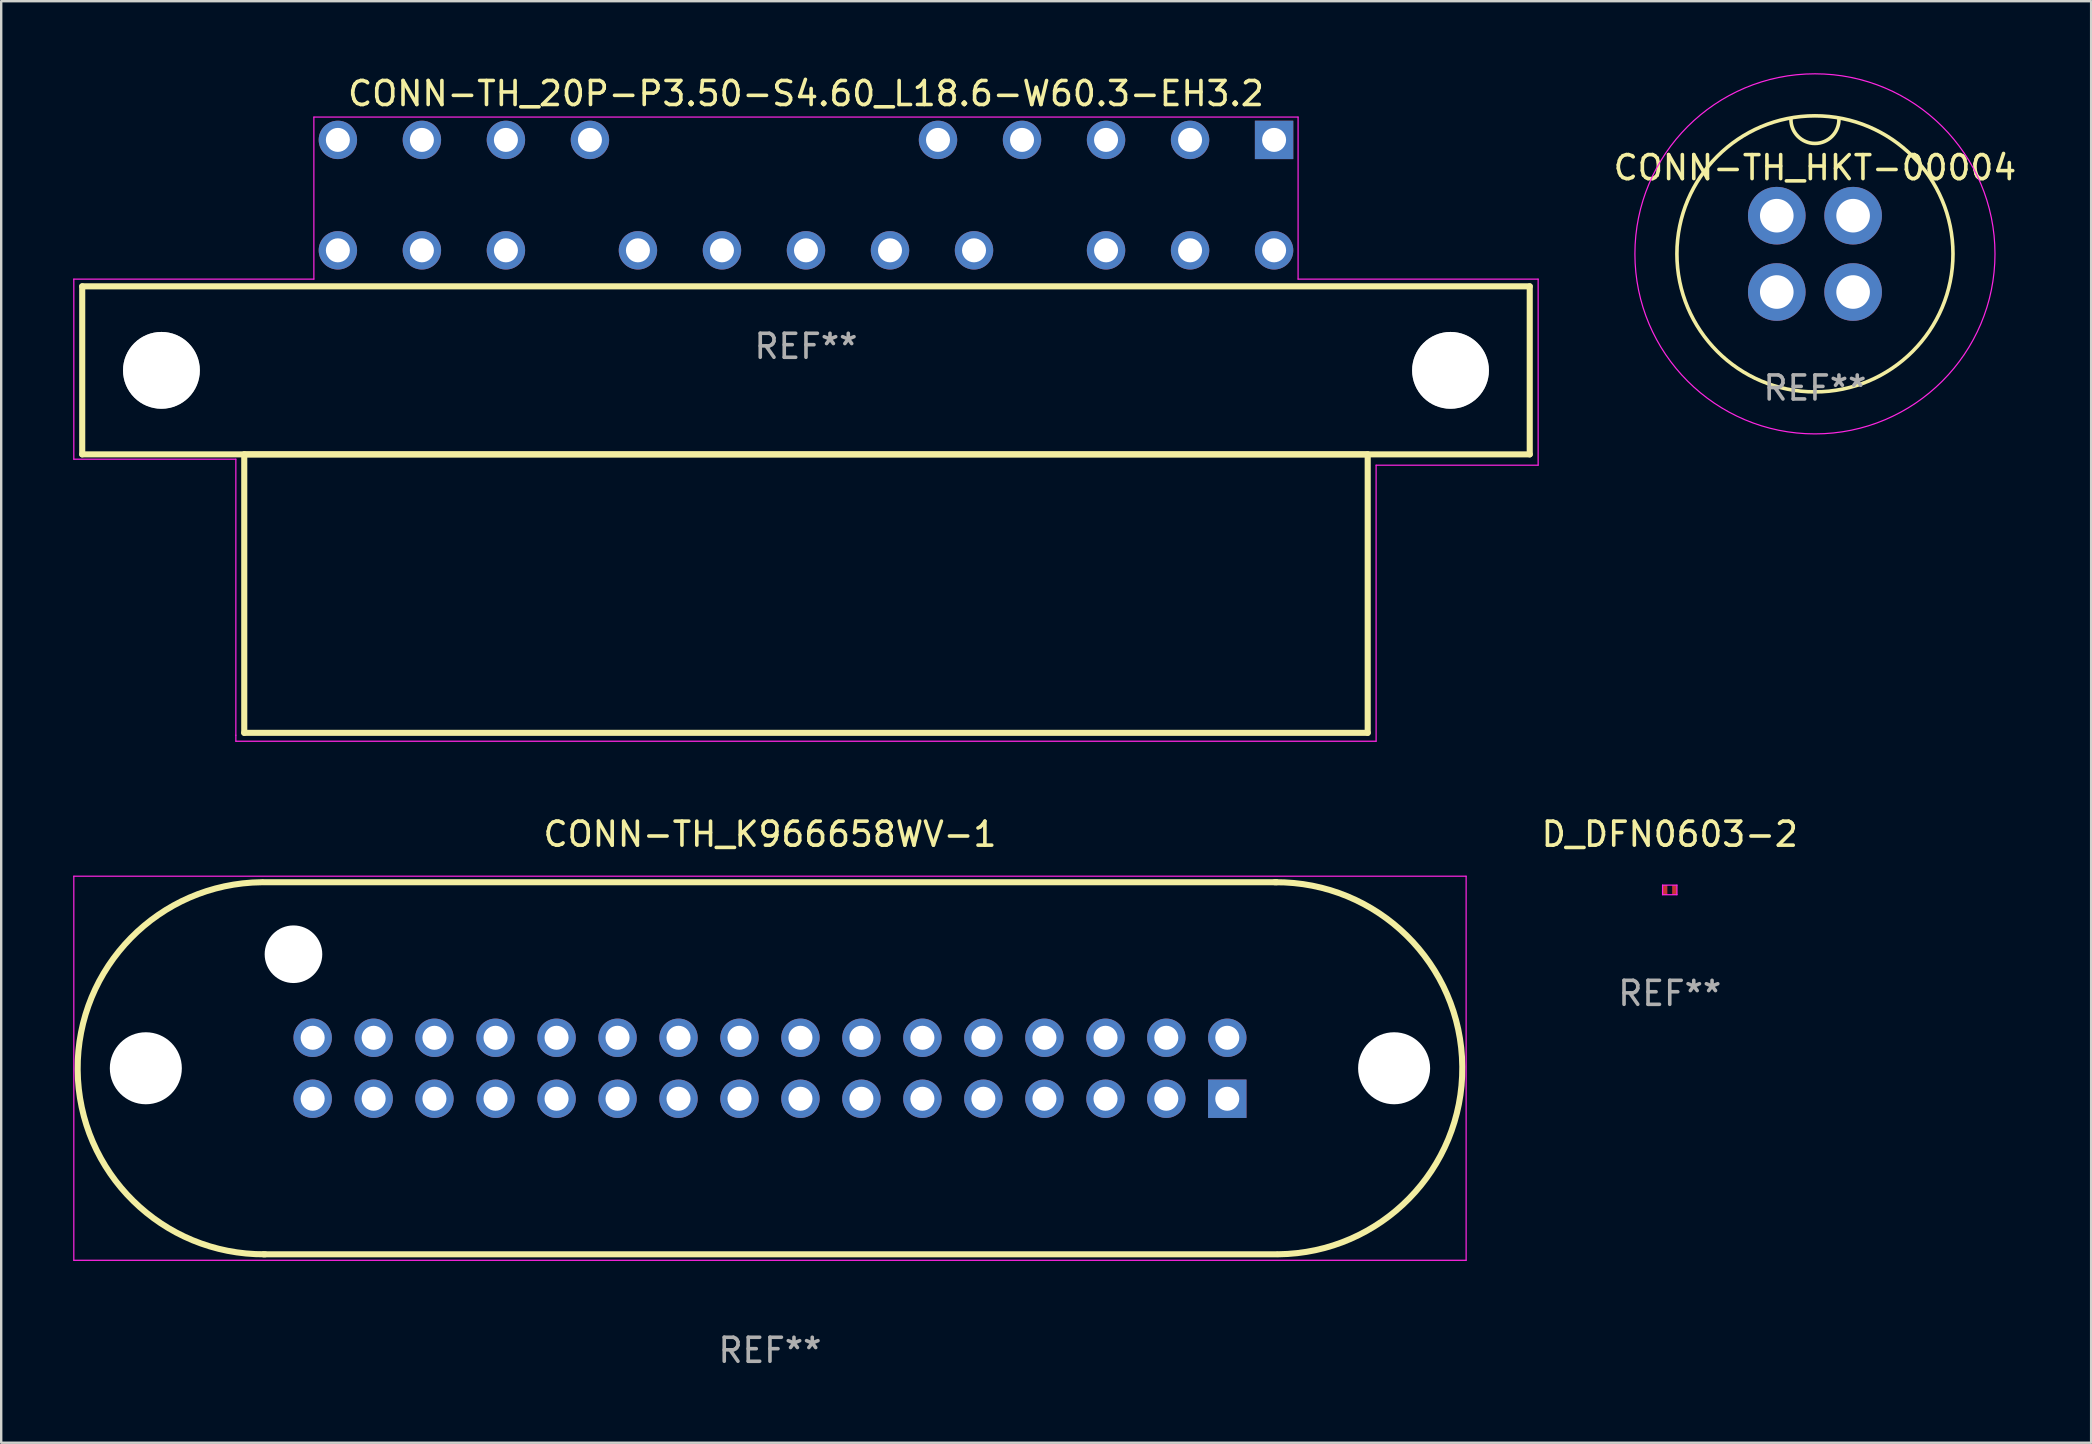
<source format=kicad_pcb>
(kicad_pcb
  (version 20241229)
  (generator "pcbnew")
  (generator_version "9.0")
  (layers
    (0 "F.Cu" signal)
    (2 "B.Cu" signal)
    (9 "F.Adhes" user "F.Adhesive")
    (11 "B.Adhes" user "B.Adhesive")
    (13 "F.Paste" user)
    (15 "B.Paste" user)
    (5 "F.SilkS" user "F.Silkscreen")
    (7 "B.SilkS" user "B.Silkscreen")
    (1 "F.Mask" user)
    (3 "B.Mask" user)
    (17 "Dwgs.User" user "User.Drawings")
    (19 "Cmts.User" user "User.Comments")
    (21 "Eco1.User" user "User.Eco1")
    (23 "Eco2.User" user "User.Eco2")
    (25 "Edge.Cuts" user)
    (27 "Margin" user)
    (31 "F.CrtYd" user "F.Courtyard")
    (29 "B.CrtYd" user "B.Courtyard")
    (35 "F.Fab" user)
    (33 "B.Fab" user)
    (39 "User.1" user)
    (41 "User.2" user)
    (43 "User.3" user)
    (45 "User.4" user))
  (footprint "CONN-TH_20P-P3.50-S4.60_L18.6-W60.3-EH3.2"
    (layer "F.Cu")
    (at 30.525 5.078)
    (property "Reference" "CONN-TH_20P-P3.50-S4.60_L18.6-W60.3-EH3.2" (at 0 -4.23 0) (layer "F.SilkS") (effects (font (size 1 1) (thickness 0.15))))
    (attr through_hole)
    (fp_line (start -30.15 3.8) (end -30.15 10.8) (stroke (width 0.254) (type solid)) (layer "F.SilkS"))
    (fp_line (start -30.15 10.8) (end 30.15 10.8) (stroke (width 0.254) (type solid)) (layer "F.SilkS"))
    (fp_line (start -23.4 10.8) (end -23.4 22.4) (stroke (width 0.254) (type solid)) (layer "F.SilkS"))
    (fp_line (start -23.4 22.4) (end 23.4 22.4) (stroke (width 0.254) (type solid)) (layer "F.SilkS"))
    (fp_line (start 23.4 10.8) (end -23.4 10.8) (stroke (width 0.254) (type solid)) (layer "F.SilkS"))
    (fp_line (start 23.4 22.4) (end 23.4 10.8) (stroke (width 0.254) (type solid)) (layer "F.SilkS"))
    (fp_line (start 30.15 3.8) (end -30.15 3.8) (stroke (width 0.254) (type solid)) (layer "F.SilkS"))
    (fp_line (start 30.15 10.8) (end 30.15 3.8) (stroke (width 0.254) (type solid)) (layer "F.SilkS"))
    (fp_line (start -30.5 3.5) (end -30.5 11) (stroke (width 0.05) (type default)) (layer "F.CrtYd"))
    (fp_line (start -30.5 11) (end -23.75 11) (stroke (width 0.05) (type default)) (layer "F.CrtYd"))
    (fp_line (start -23.75 11) (end -23.75 22.5) (stroke (width 0.05) (type default)) (layer "F.CrtYd"))
    (fp_line (start -23.75 22.5) (end -23.75 22.75) (stroke (width 0.05) (type default)) (layer "F.CrtYd"))
    (fp_line (start -23.75 22.75) (end 23.75 22.75) (stroke (width 0.05) (type default)) (layer "F.CrtYd"))
    (fp_line (start -20.5 -3.25) (end -20.5 3.5) (stroke (width 0.05) (type default)) (layer "F.CrtYd"))
    (fp_line (start -20.5 3.5) (end -30.5 3.5) (stroke (width 0.05) (type default)) (layer "F.CrtYd"))
    (fp_line (start 20.5 -3.25) (end -20.5 -3.25) (stroke (width 0.05) (type default)) (layer "F.CrtYd"))
    (fp_line (start 20.5 3.5) (end 20.5 -3.25) (stroke (width 0.05) (type default)) (layer "F.CrtYd"))
    (fp_line (start 23.75 11.25) (end 30.5 11.25) (stroke (width 0.05) (type default)) (layer "F.CrtYd"))
    (fp_line (start 23.75 22.75) (end 23.75 11.25) (stroke (width 0.05) (type default)) (layer "F.CrtYd"))
    (fp_line (start 30.5 3.5) (end 20.5 3.5) (stroke (width 0.05) (type default)) (layer "F.CrtYd"))
    (fp_line (start 30.5 11.25) (end 30.5 3.5) (stroke (width 0.05) (type default)) (layer "F.CrtYd"))
    (fp_circle (center -26.85 7.3) (end -26.05 7.3) (stroke (width 1.6) (type solid)) (fill no) (layer "F.Fab"))
    (fp_circle (center 26.85 7.3) (end 27.65 7.3) (stroke (width 1.6) (type solid)) (fill no) (layer "F.Fab"))
    (fp_text user "REF**" (at 0 6.3 0) (layer "F.Fab") (effects (font (size 1 1) (thickness 0.15))))
    (pad "" np_thru_hole circle (at -26.85 7.3) (size 3.2 3.2) (drill 3.2) (layers "*.Cu" "*.Mask"))
    (pad "" np_thru_hole circle (at 26.85 7.3) (size 3.2 3.2) (drill 3.2) (layers "*.Cu" "*.Mask"))
    (pad "1" thru_hole rect (at 19.5 -2.3 180) (size 1.6 1.6) (drill 1) (layers "*.Cu" "*.Mask"))
    (pad "2" thru_hole circle (at 16 -2.3) (size 1.6 1.6) (drill 1) (layers "*.Cu" "*.Mask"))
    (pad "3" thru_hole circle (at 12.5 -2.3) (size 1.6 1.6) (drill 1) (layers "*.Cu" "*.Mask"))
    (pad "4" thru_hole circle (at 9 -2.3) (size 1.6 1.6) (drill 1) (layers "*.Cu" "*.Mask"))
    (pad "5" thru_hole circle (at 5.5 -2.3) (size 1.6 1.6) (drill 1) (layers "*.Cu" "*.Mask"))
    (pad "6" thru_hole circle (at -9 -2.3) (size 1.6 1.6) (drill 1) (layers "*.Cu" "*.Mask"))
    (pad "7" thru_hole circle (at -12.5 -2.3) (size 1.6 1.6) (drill 1) (layers "*.Cu" "*.Mask"))
    (pad "8" thru_hole circle (at -16 -2.3) (size 1.6 1.6) (drill 1) (layers "*.Cu" "*.Mask"))
    (pad "9" thru_hole circle (at -19.5 -2.3) (size 1.6 1.6) (drill 1) (layers "*.Cu" "*.Mask"))
    (pad "10" thru_hole circle (at -19.5 2.3) (size 1.6 1.6) (drill 1) (layers "*.Cu" "*.Mask"))
    (pad "11" thru_hole circle (at -16 2.3) (size 1.6 1.6) (drill 1) (layers "*.Cu" "*.Mask"))
    (pad "12" thru_hole circle (at -12.5 2.3) (size 1.6 1.6) (drill 1) (layers "*.Cu" "*.Mask"))
    (pad "13" thru_hole circle (at -7 2.3) (size 1.6 1.6) (drill 1) (layers "*.Cu" "*.Mask"))
    (pad "14" thru_hole circle (at -3.5 2.3) (size 1.6 1.6) (drill 1) (layers "*.Cu" "*.Mask"))
    (pad "15" thru_hole circle (at 0 2.3) (size 1.6 1.6) (drill 1) (layers "*.Cu" "*.Mask"))
    (pad "16" thru_hole circle (at 3.5 2.3) (size 1.6 1.6) (drill 1) (layers "*.Cu" "*.Mask"))
    (pad "17" thru_hole circle (at 7 2.3) (size 1.6 1.6) (drill 1) (layers "*.Cu" "*.Mask"))
    (pad "18" thru_hole circle (at 12.5 2.3) (size 1.6 1.6) (drill 1) (layers "*.Cu" "*.Mask"))
    (pad "19" thru_hole circle (at 16 2.3) (size 1.6 1.6) (drill 1) (layers "*.Cu" "*.Mask"))
    (pad "20" thru_hole circle (at 19.5 2.3) (size 1.6 1.6) (drill 1) (layers "*.Cu" "*.Mask")))
  (footprint "CONN-TH_K966658WV-1"
    (layer "F.Cu")
    (at 29.025 41.451)
    (property "Reference" "CONN-TH_K966658WV-1" (at 0 -9.75 0) (layer "F.SilkS") (effects (font (size 1 1) (thickness 0.15))))
    (attr through_hole)
    (fp_line (start -21.1 -7.75) (end 21.1 -7.75) (stroke (width 0.254) (type solid)) (layer "F.SilkS"))
    (fp_line (start -21.1 7.75) (end 21.1 7.75) (stroke (width 0.254) (type solid)) (layer "F.SilkS"))
    (fp_arc (start -21.03236 7.749606) (mid -28.84972 0.067526) (end -21.16764 -7.749834) (stroke (width 0.254) (type solid)) (layer "F.SilkS"))
    (fp_arc (start 21.03236 -7.749733) (mid 28.84972 -0.067653) (end 21.16764 7.749707) (stroke (width 0.254) (type solid)) (layer "F.SilkS"))
    (fp_line (start -29 -8) (end 29 -8) (stroke (width 0.05) (type default)) (layer "F.CrtYd"))
    (fp_line (start -29 8) (end -29 -8) (stroke (width 0.05) (type default)) (layer "F.CrtYd"))
    (fp_line (start 29 -8) (end 29 8) (stroke (width 0.05) (type default)) (layer "F.CrtYd"))
    (fp_line (start 29 8) (end -29 8) (stroke (width 0.05) (type default)) (layer "F.CrtYd"))
    (fp_circle (center -26 0) (end -25.3 0) (stroke (width 1.4) (type solid)) (fill no) (layer "F.Fab"))
    (fp_circle (center -19.85 -4.75) (end -19.35 -4.75) (stroke (width 1) (type solid)) (fill no) (layer "F.Fab"))
    (fp_circle (center 26 0) (end 26.7 0) (stroke (width 1.4) (type solid)) (fill no) (layer "F.Fab"))
    (fp_text user "REF**" (at 0 11.75 0) (layer "F.Fab") (effects (font (size 1 1) (thickness 0.15))))
    (pad "" np_thru_hole circle (at -26 0) (size 3 3) (drill 3) (layers "*.Cu" "*.Mask"))
    (pad "" np_thru_hole circle (at -19.85 -4.75) (size 2.4 2.4) (drill 2.4) (layers "*.Cu" "*.Mask"))
    (pad "" np_thru_hole circle (at 26 0) (size 3 3) (drill 3) (layers "*.Cu" "*.Mask"))
    (pad "1" thru_hole rect (at 19.05 1.27 180) (size 1.6 1.6) (drill 1) (layers "*.Cu" "*.Mask"))
    (pad "2" thru_hole circle (at 16.51 1.27) (size 1.6 1.6) (drill 1) (layers "*.Cu" "*.Mask"))
    (pad "3" thru_hole circle (at 13.978 1.27) (size 1.6 1.6) (drill 1) (layers "*.Cu" "*.Mask"))
    (pad "4" thru_hole circle (at 11.433 1.27) (size 1.6 1.6) (drill 1) (layers "*.Cu" "*.Mask"))
    (pad "5" thru_hole circle (at 8.89 1.27) (size 1.6 1.6) (drill 1) (layers "*.Cu" "*.Mask"))
    (pad "6" thru_hole circle (at 6.35 1.27) (size 1.6 1.6) (drill 1) (layers "*.Cu" "*.Mask"))
    (pad "7" thru_hole circle (at 3.81 1.27) (size 1.6 1.6) (drill 1) (layers "*.Cu" "*.Mask"))
    (pad "8" thru_hole circle (at 1.27 1.27) (size 1.6 1.6) (drill 1) (layers "*.Cu" "*.Mask"))
    (pad "9" thru_hole circle (at -1.27 1.27) (size 1.6 1.6) (drill 1) (layers "*.Cu" "*.Mask"))
    (pad "10" thru_hole circle (at -3.81 1.27) (size 1.6 1.6) (drill 1) (layers "*.Cu" "*.Mask"))
    (pad "11" thru_hole circle (at -6.35 1.27) (size 1.6 1.6) (drill 1) (layers "*.Cu" "*.Mask"))
    (pad "12" thru_hole circle (at -8.89 1.27) (size 1.6 1.6) (drill 1) (layers "*.Cu" "*.Mask"))
    (pad "13" thru_hole circle (at -11.433 1.27) (size 1.6 1.6) (drill 1) (layers "*.Cu" "*.Mask"))
    (pad "14" thru_hole circle (at -13.978 1.27) (size 1.6 1.6) (drill 1) (layers "*.Cu" "*.Mask"))
    (pad "15" thru_hole circle (at -16.51 1.27) (size 1.6 1.6) (drill 1) (layers "*.Cu" "*.Mask"))
    (pad "16" thru_hole circle (at -19.05 1.27) (size 1.6 1.6) (drill 1) (layers "*.Cu" "*.Mask"))
    (pad "17" thru_hole circle (at 19.05 -1.27) (size 1.6 1.6) (drill 1) (layers "*.Cu" "*.Mask"))
    (pad "18" thru_hole circle (at 16.51 -1.27) (size 1.6 1.6) (drill 1) (layers "*.Cu" "*.Mask"))
    (pad "19" thru_hole circle (at 13.978 -1.27) (size 1.6 1.6) (drill 1) (layers "*.Cu" "*.Mask"))
    (pad "20" thru_hole circle (at 11.433 -1.27) (size 1.6 1.6) (drill 1) (layers "*.Cu" "*.Mask"))
    (pad "21" thru_hole circle (at 8.89 -1.27) (size 1.6 1.6) (drill 1) (layers "*.Cu" "*.Mask"))
    (pad "22" thru_hole circle (at 6.35 -1.27) (size 1.6 1.6) (drill 1) (layers "*.Cu" "*.Mask"))
    (pad "23" thru_hole circle (at 3.81 -1.27) (size 1.6 1.6) (drill 1) (layers "*.Cu" "*.Mask"))
    (pad "24" thru_hole circle (at 1.27 -1.27) (size 1.6 1.6) (drill 1) (layers "*.Cu" "*.Mask"))
    (pad "25" thru_hole circle (at -1.27 -1.27) (size 1.6 1.6) (drill 1) (layers "*.Cu" "*.Mask"))
    (pad "26" thru_hole circle (at -3.81 -1.27) (size 1.6 1.6) (drill 1) (layers "*.Cu" "*.Mask"))
    (pad "27" thru_hole circle (at -6.35 -1.27) (size 1.6 1.6) (drill 1) (layers "*.Cu" "*.Mask"))
    (pad "28" thru_hole circle (at -8.89 -1.27) (size 1.6 1.6) (drill 1) (layers "*.Cu" "*.Mask"))
    (pad "29" thru_hole circle (at -11.433 -1.27) (size 1.6 1.6) (drill 1) (layers "*.Cu" "*.Mask"))
    (pad "30" thru_hole circle (at -13.978 -1.27) (size 1.6 1.6) (drill 1) (layers "*.Cu" "*.Mask"))
    (pad "31" thru_hole circle (at -16.51 -1.27) (size 1.6 1.6) (drill 1) (layers "*.Cu" "*.Mask"))
    (pad "32" thru_hole circle (at -19.05 -1.27) (size 1.6 1.6) (drill 1) (layers "*.Cu" "*.Mask")))
  (footprint "CONN-TH_HKT-00004"
    (layer "F.Cu")
    (at 72.556 7.525)
    (property "Reference" "CONN-TH_HKT-00004" (at 0 -3.59 0) (layer "F.SilkS") (effects (font (size 1 1) (thickness 0.15))))
    (attr through_hole)
    (fp_arc (start 1 -5.6) (mid 0 -4.6) (end -1 -5.6) (stroke (width 0.15) (type solid)) (layer "F.SilkS"))
    (fp_circle (center 0 0) (end 5.75 0) (stroke (width 0.15) (type solid)) (fill no) (layer "F.SilkS"))
    (fp_circle (center 0 0) (end 0 -7.5) (stroke (width 0.05) (type default)) (fill no) (layer "F.CrtYd"))
    (fp_text user "REF**" (at 0 5.59 0) (layer "F.Fab") (effects (font (size 1 1) (thickness 0.15))))
    (pad "1" thru_hole circle (at 1.59 -1.59) (size 2.4 2.4) (drill 1.4) (layers "*.Cu" "*.Mask"))
    (pad "2" thru_hole circle (at 1.59 1.59) (size 2.4 2.4) (drill 1.4) (layers "*.Cu" "*.Mask"))
    (pad "3" thru_hole circle (at -1.59 1.59) (size 2.4 2.4) (drill 1.4) (layers "*.Cu" "*.Mask"))
    (pad "4" thru_hole circle (at -1.59 -1.59) (size 2.4 2.4) (drill 1.4) (layers "*.Cu" "*.Mask")))
  (footprint "D_DFN0603-2"
    (layer "F.Cu")
    (at 66.508 34.022)
    (property "Reference" "D_DFN0603-2" (at 0 -2.32 0) (layer "F.SilkS") (effects (font (size 1 1) (thickness 0.15))))
    (attr smd)
    (fp_line (start -0.3 -0.2) (end -0.3 0.2) (stroke (width 0.05) (type default)) (layer "F.CrtYd"))
    (fp_line (start -0.3 0.2) (end 0.3 0.2) (stroke (width 0.05) (type default)) (layer "F.CrtYd"))
    (fp_line (start 0.3 -0.2) (end -0.3 -0.2) (stroke (width 0.05) (type default)) (layer "F.CrtYd"))
    (fp_line (start 0.3 0.2) (end 0.3 -0.2) (stroke (width 0.05) (type default)) (layer "F.CrtYd"))
    (fp_text user "REF**" (at 0 4.31 0) (layer "F.Fab") (effects (font (size 1 1) (thickness 0.15))))
    (pad "1" smd rect (at -0.2 0) (size 0.2 0.4) (layers "F.Cu" "F.Mask" "F.Paste"))
    (pad "2" smd rect (at 0.2 0) (size 0.2 0.4) (layers "F.Cu" "F.Mask" "F.Paste")))
  (gr_rect
    (start -3 -3)
    (end 84.062 57.05)
    (stroke (width 0.1) (type default))
    (fill no)
    (layer "Edge.Cuts")))
</source>
